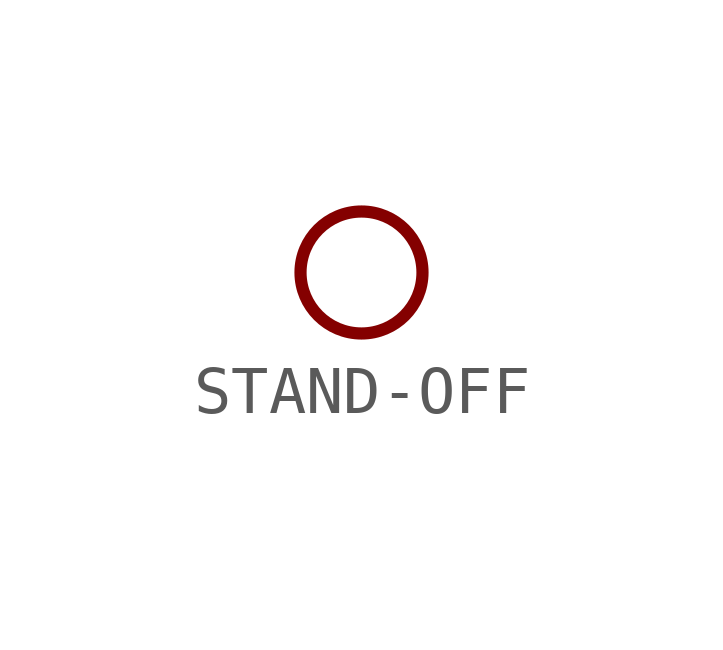
<source format=kicad_sym>
(kicad_symbol_lib
  (version 20220914)
  (generator kicad_symbol_editor)
  (symbol "STAND-OFF"
    (property "Reference" "STANDOFF"
      (at 0 0 0)
      (effects (font (size 1.27 1.27)) hide))
    (property "ki_locked" ""
      (at 0 0 0)
      (effects (font (size 1.27 1.27))))
    (symbol "STAND-OFF_1_0"
      (circle (center 0 0) (radius 1.27) (stroke (width 0.254) (type solid)) (fill (type none))))))
</source>
